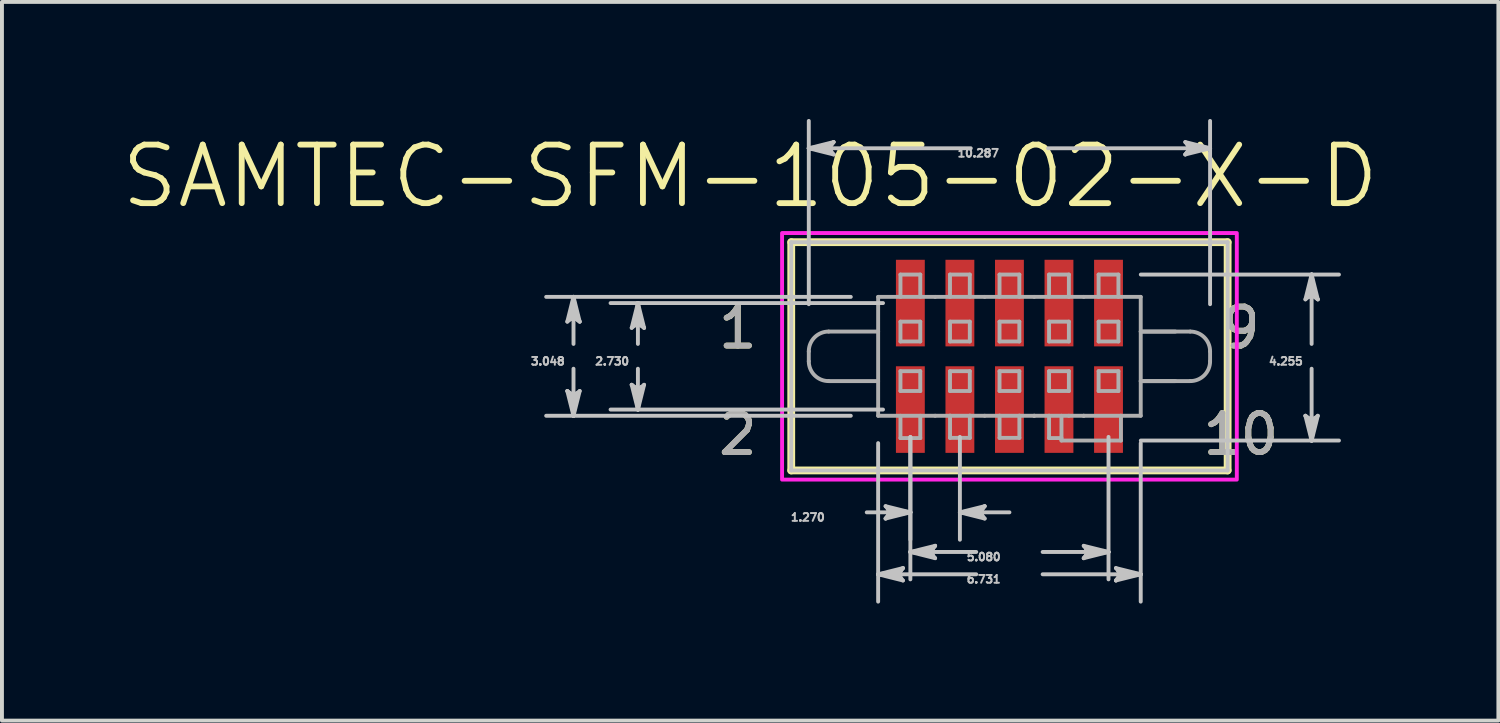
<source format=kicad_pcb>
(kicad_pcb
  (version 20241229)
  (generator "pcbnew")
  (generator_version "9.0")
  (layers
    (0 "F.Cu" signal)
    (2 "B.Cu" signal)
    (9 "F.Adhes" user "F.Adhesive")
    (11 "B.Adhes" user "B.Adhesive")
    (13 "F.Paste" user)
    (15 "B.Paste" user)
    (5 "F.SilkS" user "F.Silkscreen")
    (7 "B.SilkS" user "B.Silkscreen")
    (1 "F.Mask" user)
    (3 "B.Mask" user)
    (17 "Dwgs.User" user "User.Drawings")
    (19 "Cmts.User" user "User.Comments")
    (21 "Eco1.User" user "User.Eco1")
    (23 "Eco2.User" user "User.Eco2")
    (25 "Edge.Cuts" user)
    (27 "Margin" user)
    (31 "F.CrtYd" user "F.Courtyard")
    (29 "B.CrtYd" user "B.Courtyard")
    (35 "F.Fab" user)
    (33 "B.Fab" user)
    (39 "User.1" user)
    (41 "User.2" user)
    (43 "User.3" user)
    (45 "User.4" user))
  (footprint "SAMTEC-SFM-105-02-X-D"
    (layer "F.Cu")
    (at 22.829 6.085)
    (property "Reference" "SAMTEC-SFM-105-02-X-D" (at -6.646 -4.614 0) (layer "F.SilkS") (effects (font (size 1.5 1.5) (thickness 0.15))))
    (attr through_hole)
    (fp_poly (pts (xy -2.961 -2.526) (xy -2.119 -2.526) (xy -2.119 -0.204) (xy -2.961 -0.204)) (stroke (width 0.01) (type solid)) (fill yes) (layer "F.Mask"))
    (fp_poly (pts (xy -2.961 0.204) (xy -2.119 0.204) (xy -2.119 2.526) (xy -2.961 2.526)) (stroke (width 0.01) (type solid)) (fill yes) (layer "F.Mask"))
    (fp_poly (pts (xy -1.691 -2.526) (xy -0.849 -2.526) (xy -0.849 -0.204) (xy -1.691 -0.204)) (stroke (width 0.01) (type solid)) (fill yes) (layer "F.Mask"))
    (fp_poly (pts (xy -1.691 0.204) (xy -0.849 0.204) (xy -0.849 2.526) (xy -1.691 2.526)) (stroke (width 0.01) (type solid)) (fill yes) (layer "F.Mask"))
    (fp_poly (pts (xy -0.421 -2.526) (xy 0.421 -2.526) (xy 0.421 -0.204) (xy -0.421 -0.204)) (stroke (width 0.01) (type solid)) (fill yes) (layer "F.Mask"))
    (fp_poly (pts (xy -0.421 0.204) (xy 0.421 0.204) (xy 0.421 2.526) (xy -0.421 2.526)) (stroke (width 0.01) (type solid)) (fill yes) (layer "F.Mask"))
    (fp_poly (pts (xy 0.849 -2.526) (xy 1.691 -2.526) (xy 1.691 -0.204) (xy 0.849 -0.204)) (stroke (width 0.01) (type solid)) (fill yes) (layer "F.Mask"))
    (fp_poly (pts (xy 0.849 0.204) (xy 1.691 0.204) (xy 1.691 2.526) (xy 0.849 2.526)) (stroke (width 0.01) (type solid)) (fill yes) (layer "F.Mask"))
    (fp_poly (pts (xy 2.119 -2.526) (xy 2.961 -2.526) (xy 2.961 -0.204) (xy 2.119 -0.204)) (stroke (width 0.01) (type solid)) (fill yes) (layer "F.Mask"))
    (fp_poly (pts (xy 2.119 0.204) (xy 2.961 0.204) (xy 2.961 2.526) (xy 2.119 2.526)) (stroke (width 0.01) (type solid)) (fill yes) (layer "F.Mask"))
    (fp_line (start -5.594 -2.926) (end -5.594 2.926) (stroke (width 0.2) (type solid)) (layer "F.SilkS"))
    (fp_line (start -5.594 2.926) (end 5.594 2.926) (stroke (width 0.2) (type solid)) (layer "F.SilkS"))
    (fp_line (start 5.594 -2.926) (end -5.594 -2.926) (stroke (width 0.2) (type solid)) (layer "F.SilkS"))
    (fp_line (start 5.594 2.926) (end 5.594 -2.926) (stroke (width 0.2) (type solid)) (layer "F.SilkS"))
    (fp_poly (pts (xy -2.91 -2.475) (xy -2.17 -2.475) (xy -2.17 -0.255) (xy -2.91 -0.255)) (stroke (width 0.01) (type solid)) (fill yes) (layer "F.Paste"))
    (fp_poly (pts (xy -2.91 0.255) (xy -2.17 0.255) (xy -2.17 2.475) (xy -2.91 2.475)) (stroke (width 0.01) (type solid)) (fill yes) (layer "F.Paste"))
    (fp_poly (pts (xy -1.64 -2.475) (xy -0.9 -2.475) (xy -0.9 -0.255) (xy -1.64 -0.255)) (stroke (width 0.01) (type solid)) (fill yes) (layer "F.Paste"))
    (fp_poly (pts (xy -1.64 0.255) (xy -0.9 0.255) (xy -0.9 2.475) (xy -1.64 2.475)) (stroke (width 0.01) (type solid)) (fill yes) (layer "F.Paste"))
    (fp_poly (pts (xy -0.37 -2.475) (xy 0.37 -2.475) (xy 0.37 -0.255) (xy -0.37 -0.255)) (stroke (width 0.01) (type solid)) (fill yes) (layer "F.Paste"))
    (fp_poly (pts (xy -0.37 0.255) (xy 0.37 0.255) (xy 0.37 2.475) (xy -0.37 2.475)) (stroke (width 0.01) (type solid)) (fill yes) (layer "F.Paste"))
    (fp_poly (pts (xy 0.9 -2.475) (xy 1.64 -2.475) (xy 1.64 -0.255) (xy 0.9 -0.255)) (stroke (width 0.01) (type solid)) (fill yes) (layer "F.Paste"))
    (fp_poly (pts (xy 0.9 0.255) (xy 1.64 0.255) (xy 1.64 2.475) (xy 0.9 2.475)) (stroke (width 0.01) (type solid)) (fill yes) (layer "F.Paste"))
    (fp_poly (pts (xy 2.17 -2.475) (xy 2.91 -2.475) (xy 2.91 -0.255) (xy 2.17 -0.255)) (stroke (width 0.01) (type solid)) (fill yes) (layer "F.Paste"))
    (fp_poly (pts (xy 2.17 0.255) (xy 2.91 0.255) (xy 2.91 2.475) (xy 2.17 2.475)) (stroke (width 0.01) (type solid)) (fill yes) (layer "F.Paste"))
    (fp_line (start -11.335 -0.889) (end -11.176 -1.016) (stroke (width 0.1) (type solid)) (layer "Dwgs.User"))
    (fp_line (start -11.335 0.889) (end -11.176 1.524) (stroke (width 0.1) (type solid)) (layer "Dwgs.User"))
    (fp_line (start -11.255 -0.952) (end -11.176 -1.016) (stroke (width 0.1) (type solid)) (layer "Dwgs.User"))
    (fp_line (start -11.255 0.952) (end -11.335 0.889) (stroke (width 0.1) (type solid)) (layer "Dwgs.User"))
    (fp_line (start -11.176 -1.524) (end -11.335 -0.889) (stroke (width 0.1) (type solid)) (layer "Dwgs.User"))
    (fp_line (start -11.176 -1.524) (end -11.255 -0.952) (stroke (width 0.1) (type solid)) (layer "Dwgs.User"))
    (fp_line (start -11.176 -1.524) (end -11.097 -0.952) (stroke (width 0.1) (type solid)) (layer "Dwgs.User"))
    (fp_line (start -11.176 -1.016) (end -11.176 -1.524) (stroke (width 0.1) (type solid)) (layer "Dwgs.User"))
    (fp_line (start -11.176 -1.016) (end -11.017 -0.889) (stroke (width 0.1) (type solid)) (layer "Dwgs.User"))
    (fp_line (start -11.176 -0.318) (end -11.176 -1.524) (stroke (width 0.1) (type solid)) (layer "Dwgs.User"))
    (fp_line (start -11.176 0.318) (end -11.176 1.524) (stroke (width 0.1) (type solid)) (layer "Dwgs.User"))
    (fp_line (start -11.176 1.016) (end -11.335 0.889) (stroke (width 0.1) (type solid)) (layer "Dwgs.User"))
    (fp_line (start -11.176 1.016) (end -11.176 1.524) (stroke (width 0.1) (type solid)) (layer "Dwgs.User"))
    (fp_line (start -11.176 1.524) (end -11.255 0.952) (stroke (width 0.1) (type solid)) (layer "Dwgs.User"))
    (fp_line (start -11.176 1.524) (end -11.097 0.952) (stroke (width 0.1) (type solid)) (layer "Dwgs.User"))
    (fp_line (start -11.176 1.524) (end -11.017 0.889) (stroke (width 0.1) (type solid)) (layer "Dwgs.User"))
    (fp_line (start -11.097 -0.952) (end -11.017 -0.889) (stroke (width 0.1) (type solid)) (layer "Dwgs.User"))
    (fp_line (start -11.097 0.952) (end -11.176 1.016) (stroke (width 0.1) (type solid)) (layer "Dwgs.User"))
    (fp_line (start -11.017 -0.889) (end -11.176 -1.524) (stroke (width 0.1) (type solid)) (layer "Dwgs.User"))
    (fp_line (start -11.017 0.889) (end -11.176 1.016) (stroke (width 0.1) (type solid)) (layer "Dwgs.User"))
    (fp_line (start -9.684 -0.73) (end -9.525 -0.857) (stroke (width 0.1) (type solid)) (layer "Dwgs.User"))
    (fp_line (start -9.684 0.73) (end -9.525 1.365) (stroke (width 0.1) (type solid)) (layer "Dwgs.User"))
    (fp_line (start -9.604 -0.794) (end -9.525 -0.857) (stroke (width 0.1) (type solid)) (layer "Dwgs.User"))
    (fp_line (start -9.604 0.794) (end -9.684 0.73) (stroke (width 0.1) (type solid)) (layer "Dwgs.User"))
    (fp_line (start -9.525 -1.365) (end -9.684 -0.73) (stroke (width 0.1) (type solid)) (layer "Dwgs.User"))
    (fp_line (start -9.525 -1.365) (end -9.604 -0.794) (stroke (width 0.1) (type solid)) (layer "Dwgs.User"))
    (fp_line (start -9.525 -1.365) (end -9.446 -0.794) (stroke (width 0.1) (type solid)) (layer "Dwgs.User"))
    (fp_line (start -9.525 -0.857) (end -9.525 -1.365) (stroke (width 0.1) (type solid)) (layer "Dwgs.User"))
    (fp_line (start -9.525 -0.857) (end -9.366 -0.73) (stroke (width 0.1) (type solid)) (layer "Dwgs.User"))
    (fp_line (start -9.525 -0.318) (end -9.525 -1.365) (stroke (width 0.1) (type solid)) (layer "Dwgs.User"))
    (fp_line (start -9.525 0.318) (end -9.525 1.365) (stroke (width 0.1) (type solid)) (layer "Dwgs.User"))
    (fp_line (start -9.525 0.857) (end -9.684 0.73) (stroke (width 0.1) (type solid)) (layer "Dwgs.User"))
    (fp_line (start -9.525 0.857) (end -9.525 1.365) (stroke (width 0.1) (type solid)) (layer "Dwgs.User"))
    (fp_line (start -9.525 1.365) (end -9.604 0.794) (stroke (width 0.1) (type solid)) (layer "Dwgs.User"))
    (fp_line (start -9.525 1.365) (end -9.446 0.794) (stroke (width 0.1) (type solid)) (layer "Dwgs.User"))
    (fp_line (start -9.525 1.365) (end -9.366 0.73) (stroke (width 0.1) (type solid)) (layer "Dwgs.User"))
    (fp_line (start -9.446 -0.794) (end -9.366 -0.73) (stroke (width 0.1) (type solid)) (layer "Dwgs.User"))
    (fp_line (start -9.446 0.794) (end -9.525 0.857) (stroke (width 0.1) (type solid)) (layer "Dwgs.User"))
    (fp_line (start -9.366 -0.73) (end -9.525 -1.365) (stroke (width 0.1) (type solid)) (layer "Dwgs.User"))
    (fp_line (start -9.366 0.73) (end -9.525 0.857) (stroke (width 0.1) (type solid)) (layer "Dwgs.User"))
    (fp_line (start -5.594 -2.926) (end -5.594 2.926) (stroke (width 0.1) (type solid)) (layer "Dwgs.User"))
    (fp_line (start -5.594 2.926) (end 5.594 2.926) (stroke (width 0.1) (type solid)) (layer "Dwgs.User"))
    (fp_line (start -5.144 -5.334) (end -4.572 -5.413) (stroke (width 0.1) (type solid)) (layer "Dwgs.User"))
    (fp_line (start -5.144 -5.334) (end -4.572 -5.255) (stroke (width 0.1) (type solid)) (layer "Dwgs.User"))
    (fp_line (start -5.144 -5.334) (end -4.508 -5.175) (stroke (width 0.1) (type solid)) (layer "Dwgs.User"))
    (fp_line (start -5.144 -1.336) (end -5.144 -6.035) (stroke (width 0.1) (type solid)) (layer "Dwgs.User"))
    (fp_line (start -4.636 -5.334) (end -5.144 -5.334) (stroke (width 0.1) (type solid)) (layer "Dwgs.User"))
    (fp_line (start -4.636 -5.334) (end -4.508 -5.493) (stroke (width 0.1) (type solid)) (layer "Dwgs.User"))
    (fp_line (start -4.572 -5.413) (end -4.508 -5.493) (stroke (width 0.1) (type solid)) (layer "Dwgs.User"))
    (fp_line (start -4.572 -5.255) (end -4.636 -5.334) (stroke (width 0.1) (type solid)) (layer "Dwgs.User"))
    (fp_line (start -4.508 -5.493) (end -5.144 -5.334) (stroke (width 0.1) (type solid)) (layer "Dwgs.User"))
    (fp_line (start -4.508 -5.175) (end -4.636 -5.334) (stroke (width 0.1) (type solid)) (layer "Dwgs.User"))
    (fp_line (start -4.067 -1.524) (end -11.877 -1.524) (stroke (width 0.1) (type solid)) (layer "Dwgs.User"))
    (fp_line (start -4.067 1.524) (end -11.877 1.524) (stroke (width 0.1) (type solid)) (layer "Dwgs.User"))
    (fp_line (start -3.658 4) (end -2.54 4) (stroke (width 0.1) (type solid)) (layer "Dwgs.User"))
    (fp_line (start -3.366 2.225) (end -3.366 6.289) (stroke (width 0.1) (type solid)) (layer "Dwgs.User"))
    (fp_line (start -3.366 5.588) (end -2.794 5.509) (stroke (width 0.1) (type solid)) (layer "Dwgs.User"))
    (fp_line (start -3.366 5.588) (end -2.794 5.667) (stroke (width 0.1) (type solid)) (layer "Dwgs.User"))
    (fp_line (start -3.366 5.588) (end -2.73 5.747) (stroke (width 0.1) (type solid)) (layer "Dwgs.User"))
    (fp_line (start -3.241 -1.365) (end -10.226 -1.365) (stroke (width 0.1) (type solid)) (layer "Dwgs.User"))
    (fp_line (start -3.241 1.365) (end -10.226 1.365) (stroke (width 0.1) (type solid)) (layer "Dwgs.User"))
    (fp_line (start -3.175 3.842) (end -3.048 4) (stroke (width 0.1) (type solid)) (layer "Dwgs.User"))
    (fp_line (start -3.175 4.159) (end -2.54 4) (stroke (width 0.1) (type solid)) (layer "Dwgs.User"))
    (fp_line (start -3.112 3.921) (end -3.048 4) (stroke (width 0.1) (type solid)) (layer "Dwgs.User"))
    (fp_line (start -3.112 4.08) (end -3.175 4.159) (stroke (width 0.1) (type solid)) (layer "Dwgs.User"))
    (fp_line (start -3.048 4) (end -3.175 4.159) (stroke (width 0.1) (type solid)) (layer "Dwgs.User"))
    (fp_line (start -3.048 4) (end -2.54 4) (stroke (width 0.1) (type solid)) (layer "Dwgs.User"))
    (fp_line (start -2.858 5.588) (end -3.366 5.588) (stroke (width 0.1) (type solid)) (layer "Dwgs.User"))
    (fp_line (start -2.858 5.588) (end -2.73 5.429) (stroke (width 0.1) (type solid)) (layer "Dwgs.User"))
    (fp_line (start -2.794 5.509) (end -2.73 5.429) (stroke (width 0.1) (type solid)) (layer "Dwgs.User"))
    (fp_line (start -2.794 5.667) (end -2.858 5.588) (stroke (width 0.1) (type solid)) (layer "Dwgs.User"))
    (fp_line (start -2.73 5.429) (end -3.366 5.588) (stroke (width 0.1) (type solid)) (layer "Dwgs.User"))
    (fp_line (start -2.73 5.747) (end -2.858 5.588) (stroke (width 0.1) (type solid)) (layer "Dwgs.User"))
    (fp_line (start -2.54 2.066) (end -2.54 4.702) (stroke (width 0.1) (type solid)) (layer "Dwgs.User"))
    (fp_line (start -2.54 2.066) (end -2.54 5.718) (stroke (width 0.1) (type solid)) (layer "Dwgs.User"))
    (fp_line (start -2.54 4) (end -3.175 3.842) (stroke (width 0.1) (type solid)) (layer "Dwgs.User"))
    (fp_line (start -2.54 4) (end -3.112 3.921) (stroke (width 0.1) (type solid)) (layer "Dwgs.User"))
    (fp_line (start -2.54 4) (end -3.112 4.08) (stroke (width 0.1) (type solid)) (layer "Dwgs.User"))
    (fp_line (start -2.54 5.016) (end -1.968 4.937) (stroke (width 0.1) (type solid)) (layer "Dwgs.User"))
    (fp_line (start -2.54 5.016) (end -1.968 5.096) (stroke (width 0.1) (type solid)) (layer "Dwgs.User"))
    (fp_line (start -2.54 5.016) (end -1.905 5.175) (stroke (width 0.1) (type solid)) (layer "Dwgs.User"))
    (fp_line (start -2.032 5.016) (end -2.54 5.016) (stroke (width 0.1) (type solid)) (layer "Dwgs.User"))
    (fp_line (start -2.032 5.016) (end -1.905 4.858) (stroke (width 0.1) (type solid)) (layer "Dwgs.User"))
    (fp_line (start -1.968 4.937) (end -1.905 4.858) (stroke (width 0.1) (type solid)) (layer "Dwgs.User"))
    (fp_line (start -1.968 5.096) (end -2.032 5.016) (stroke (width 0.1) (type solid)) (layer "Dwgs.User"))
    (fp_line (start -1.905 4.858) (end -2.54 5.016) (stroke (width 0.1) (type solid)) (layer "Dwgs.User"))
    (fp_line (start -1.905 5.175) (end -2.032 5.016) (stroke (width 0.1) (type solid)) (layer "Dwgs.User"))
    (fp_line (start -1.27 2.066) (end -1.27 4.702) (stroke (width 0.1) (type solid)) (layer "Dwgs.User"))
    (fp_line (start -1.27 4) (end -0.698 3.921) (stroke (width 0.1) (type solid)) (layer "Dwgs.User"))
    (fp_line (start -1.27 4) (end -0.698 4.08) (stroke (width 0.1) (type solid)) (layer "Dwgs.User"))
    (fp_line (start -1.27 4) (end -0.635 4.159) (stroke (width 0.1) (type solid)) (layer "Dwgs.User"))
    (fp_line (start -0.991 -5.334) (end -5.144 -5.334) (stroke (width 0.1) (type solid)) (layer "Dwgs.User"))
    (fp_line (start -0.851 5.016) (end -2.54 5.016) (stroke (width 0.1) (type solid)) (layer "Dwgs.User"))
    (fp_line (start -0.851 5.588) (end -3.366 5.588) (stroke (width 0.1) (type solid)) (layer "Dwgs.User"))
    (fp_line (start -0.762 4) (end -1.27 4) (stroke (width 0.1) (type solid)) (layer "Dwgs.User"))
    (fp_line (start -0.762 4) (end -0.635 3.842) (stroke (width 0.1) (type solid)) (layer "Dwgs.User"))
    (fp_line (start -0.698 3.921) (end -0.635 3.842) (stroke (width 0.1) (type solid)) (layer "Dwgs.User"))
    (fp_line (start -0.698 4.08) (end -0.762 4) (stroke (width 0.1) (type solid)) (layer "Dwgs.User"))
    (fp_line (start -0.635 3.842) (end -1.27 4) (stroke (width 0.1) (type solid)) (layer "Dwgs.User"))
    (fp_line (start -0.635 4.159) (end -0.762 4) (stroke (width 0.1) (type solid)) (layer "Dwgs.User"))
    (fp_line (start 0 4) (end -1.27 4) (stroke (width 0.1) (type solid)) (layer "Dwgs.User"))
    (fp_line (start 0.851 5.016) (end 2.54 5.016) (stroke (width 0.1) (type solid)) (layer "Dwgs.User"))
    (fp_line (start 0.851 5.588) (end 3.366 5.588) (stroke (width 0.1) (type solid)) (layer "Dwgs.User"))
    (fp_line (start 0.991 -5.334) (end 5.144 -5.334) (stroke (width 0.1) (type solid)) (layer "Dwgs.User"))
    (fp_line (start 1.905 4.858) (end 2.032 5.016) (stroke (width 0.1) (type solid)) (layer "Dwgs.User"))
    (fp_line (start 1.905 5.175) (end 2.54 5.016) (stroke (width 0.1) (type solid)) (layer "Dwgs.User"))
    (fp_line (start 1.968 4.937) (end 2.032 5.016) (stroke (width 0.1) (type solid)) (layer "Dwgs.User"))
    (fp_line (start 1.968 5.096) (end 1.905 5.175) (stroke (width 0.1) (type solid)) (layer "Dwgs.User"))
    (fp_line (start 2.032 5.016) (end 1.905 5.175) (stroke (width 0.1) (type solid)) (layer "Dwgs.User"))
    (fp_line (start 2.032 5.016) (end 2.54 5.016) (stroke (width 0.1) (type solid)) (layer "Dwgs.User"))
    (fp_line (start 2.54 2.066) (end 2.54 5.718) (stroke (width 0.1) (type solid)) (layer "Dwgs.User"))
    (fp_line (start 2.54 5.016) (end 1.905 4.858) (stroke (width 0.1) (type solid)) (layer "Dwgs.User"))
    (fp_line (start 2.54 5.016) (end 1.968 4.937) (stroke (width 0.1) (type solid)) (layer "Dwgs.User"))
    (fp_line (start 2.54 5.016) (end 1.968 5.096) (stroke (width 0.1) (type solid)) (layer "Dwgs.User"))
    (fp_line (start 2.73 5.429) (end 2.858 5.588) (stroke (width 0.1) (type solid)) (layer "Dwgs.User"))
    (fp_line (start 2.73 5.747) (end 3.366 5.588) (stroke (width 0.1) (type solid)) (layer "Dwgs.User"))
    (fp_line (start 2.794 5.509) (end 2.858 5.588) (stroke (width 0.1) (type solid)) (layer "Dwgs.User"))
    (fp_line (start 2.794 5.667) (end 2.73 5.747) (stroke (width 0.1) (type solid)) (layer "Dwgs.User"))
    (fp_line (start 2.858 5.588) (end 2.73 5.747) (stroke (width 0.1) (type solid)) (layer "Dwgs.User"))
    (fp_line (start 2.858 5.588) (end 3.366 5.588) (stroke (width 0.1) (type solid)) (layer "Dwgs.User"))
    (fp_line (start 3.366 2.225) (end 3.366 6.289) (stroke (width 0.1) (type solid)) (layer "Dwgs.User"))
    (fp_line (start 3.366 5.588) (end 2.73 5.429) (stroke (width 0.1) (type solid)) (layer "Dwgs.User"))
    (fp_line (start 3.366 5.588) (end 2.794 5.509) (stroke (width 0.1) (type solid)) (layer "Dwgs.User"))
    (fp_line (start 3.366 5.588) (end 2.794 5.667) (stroke (width 0.1) (type solid)) (layer "Dwgs.User"))
    (fp_line (start 3.368 -2.096) (end 8.448 -2.096) (stroke (width 0.1) (type solid)) (layer "Dwgs.User"))
    (fp_line (start 3.368 2.159) (end 8.448 2.159) (stroke (width 0.1) (type solid)) (layer "Dwgs.User"))
    (fp_line (start 4.508 -5.493) (end 4.636 -5.334) (stroke (width 0.1) (type solid)) (layer "Dwgs.User"))
    (fp_line (start 4.508 -5.175) (end 5.144 -5.334) (stroke (width 0.1) (type solid)) (layer "Dwgs.User"))
    (fp_line (start 4.572 -5.413) (end 4.636 -5.334) (stroke (width 0.1) (type solid)) (layer "Dwgs.User"))
    (fp_line (start 4.572 -5.255) (end 4.508 -5.175) (stroke (width 0.1) (type solid)) (layer "Dwgs.User"))
    (fp_line (start 4.636 -5.334) (end 4.508 -5.175) (stroke (width 0.1) (type solid)) (layer "Dwgs.User"))
    (fp_line (start 4.636 -5.334) (end 5.144 -5.334) (stroke (width 0.1) (type solid)) (layer "Dwgs.User"))
    (fp_line (start 5.144 -5.334) (end 4.508 -5.493) (stroke (width 0.1) (type solid)) (layer "Dwgs.User"))
    (fp_line (start 5.144 -5.334) (end 4.572 -5.413) (stroke (width 0.1) (type solid)) (layer "Dwgs.User"))
    (fp_line (start 5.144 -5.334) (end 4.572 -5.255) (stroke (width 0.1) (type solid)) (layer "Dwgs.User"))
    (fp_line (start 5.144 -1.336) (end 5.144 -6.035) (stroke (width 0.1) (type solid)) (layer "Dwgs.User"))
    (fp_line (start 5.594 -2.926) (end -5.594 -2.926) (stroke (width 0.1) (type solid)) (layer "Dwgs.User"))
    (fp_line (start 5.594 2.926) (end 5.594 -2.926) (stroke (width 0.1) (type solid)) (layer "Dwgs.User"))
    (fp_line (start 7.588 -1.46) (end 7.747 -1.588) (stroke (width 0.1) (type solid)) (layer "Dwgs.User"))
    (fp_line (start 7.588 1.524) (end 7.747 2.159) (stroke (width 0.1) (type solid)) (layer "Dwgs.User"))
    (fp_line (start 7.668 -1.524) (end 7.747 -1.588) (stroke (width 0.1) (type solid)) (layer "Dwgs.User"))
    (fp_line (start 7.668 1.588) (end 7.588 1.524) (stroke (width 0.1) (type solid)) (layer "Dwgs.User"))
    (fp_line (start 7.747 -2.096) (end 7.588 -1.46) (stroke (width 0.1) (type solid)) (layer "Dwgs.User"))
    (fp_line (start 7.747 -2.096) (end 7.668 -1.524) (stroke (width 0.1) (type solid)) (layer "Dwgs.User"))
    (fp_line (start 7.747 -2.096) (end 7.826 -1.524) (stroke (width 0.1) (type solid)) (layer "Dwgs.User"))
    (fp_line (start 7.747 -1.588) (end 7.747 -2.096) (stroke (width 0.1) (type solid)) (layer "Dwgs.User"))
    (fp_line (start 7.747 -1.588) (end 7.906 -1.46) (stroke (width 0.1) (type solid)) (layer "Dwgs.User"))
    (fp_line (start 7.747 -0.318) (end 7.747 -2.096) (stroke (width 0.1) (type solid)) (layer "Dwgs.User"))
    (fp_line (start 7.747 0.318) (end 7.747 2.159) (stroke (width 0.1) (type solid)) (layer "Dwgs.User"))
    (fp_line (start 7.747 1.651) (end 7.588 1.524) (stroke (width 0.1) (type solid)) (layer "Dwgs.User"))
    (fp_line (start 7.747 1.651) (end 7.747 2.159) (stroke (width 0.1) (type solid)) (layer "Dwgs.User"))
    (fp_line (start 7.747 2.159) (end 7.668 1.588) (stroke (width 0.1) (type solid)) (layer "Dwgs.User"))
    (fp_line (start 7.747 2.159) (end 7.826 1.588) (stroke (width 0.1) (type solid)) (layer "Dwgs.User"))
    (fp_line (start 7.747 2.159) (end 7.906 1.524) (stroke (width 0.1) (type solid)) (layer "Dwgs.User"))
    (fp_line (start 7.826 -1.524) (end 7.906 -1.46) (stroke (width 0.1) (type solid)) (layer "Dwgs.User"))
    (fp_line (start 7.826 1.588) (end 7.747 1.651) (stroke (width 0.1) (type solid)) (layer "Dwgs.User"))
    (fp_line (start 7.906 -1.46) (end 7.747 -2.096) (stroke (width 0.1) (type solid)) (layer "Dwgs.User"))
    (fp_line (start 7.906 1.524) (end 7.747 1.651) (stroke (width 0.1) (type solid)) (layer "Dwgs.User"))
    (fp_poly (pts (xy -5.829 3.161) (xy -5.829 -3.161) (xy 5.829 -3.161) (xy 5.829 3.161) (xy -5.829 3.161)) (stroke (width 0.1) (type solid)) (fill no) (layer "F.CrtYd"))
    (fp_line (start -5.144 0.127) (end -5.144 -0.127) (stroke (width 0.1) (type solid)) (layer "F.Fab"))
    (fp_line (start -4.636 0.635) (end -3.366 0.635) (stroke (width 0.1) (type solid)) (layer "F.Fab"))
    (fp_line (start -3.366 -1.524) (end -1.905 -1.524) (stroke (width 0.1) (type solid)) (layer "F.Fab"))
    (fp_line (start -3.366 -0.635) (end -4.636 -0.635) (stroke (width 0.1) (type solid)) (layer "F.Fab"))
    (fp_line (start -3.366 1.524) (end -3.366 -1.524) (stroke (width 0.1) (type solid)) (layer "F.Fab"))
    (fp_line (start -2.794 -2.096) (end -2.794 -1.524) (stroke (width 0.1) (type solid)) (layer "F.Fab"))
    (fp_line (start -2.794 -0.889) (end -2.794 -0.381) (stroke (width 0.1) (type solid)) (layer "F.Fab"))
    (fp_line (start -2.794 -0.381) (end -2.286 -0.381) (stroke (width 0.1) (type solid)) (layer "F.Fab"))
    (fp_line (start -2.794 0.381) (end -2.794 0.889) (stroke (width 0.1) (type solid)) (layer "F.Fab"))
    (fp_line (start -2.794 0.889) (end -2.286 0.889) (stroke (width 0.1) (type solid)) (layer "F.Fab"))
    (fp_line (start -2.794 1.524) (end -2.794 2.096) (stroke (width 0.1) (type solid)) (layer "F.Fab"))
    (fp_line (start -2.794 2.096) (end -2.286 2.096) (stroke (width 0.1) (type solid)) (layer "F.Fab"))
    (fp_line (start -2.286 -2.096) (end -2.794 -2.096) (stroke (width 0.1) (type solid)) (layer "F.Fab"))
    (fp_line (start -2.286 -1.524) (end -2.286 -2.096) (stroke (width 0.1) (type solid)) (layer "F.Fab"))
    (fp_line (start -2.286 -0.889) (end -2.794 -0.889) (stroke (width 0.1) (type solid)) (layer "F.Fab"))
    (fp_line (start -2.286 -0.381) (end -2.286 -0.889) (stroke (width 0.1) (type solid)) (layer "F.Fab"))
    (fp_line (start -2.286 0.381) (end -2.794 0.381) (stroke (width 0.1) (type solid)) (layer "F.Fab"))
    (fp_line (start -2.286 0.889) (end -2.286 0.381) (stroke (width 0.1) (type solid)) (layer "F.Fab"))
    (fp_line (start -2.286 2.096) (end -2.286 1.524) (stroke (width 0.1) (type solid)) (layer "F.Fab"))
    (fp_line (start -1.905 -1.524) (end -0.635 -1.524) (stroke (width 0.1) (type solid)) (layer "F.Fab"))
    (fp_line (start -1.905 1.524) (end -3.366 1.524) (stroke (width 0.1) (type solid)) (layer "F.Fab"))
    (fp_line (start -1.524 -2.096) (end -1.524 -1.524) (stroke (width 0.1) (type solid)) (layer "F.Fab"))
    (fp_line (start -1.524 -0.889) (end -1.524 -0.381) (stroke (width 0.1) (type solid)) (layer "F.Fab"))
    (fp_line (start -1.524 -0.381) (end -1.016 -0.381) (stroke (width 0.1) (type solid)) (layer "F.Fab"))
    (fp_line (start -1.524 0.381) (end -1.524 0.889) (stroke (width 0.1) (type solid)) (layer "F.Fab"))
    (fp_line (start -1.524 0.889) (end -1.016 0.889) (stroke (width 0.1) (type solid)) (layer "F.Fab"))
    (fp_line (start -1.523 2.091) (end -1.523 1.519) (stroke (width 0.1) (type solid)) (layer "F.Fab"))
    (fp_line (start -1.016 -2.096) (end -1.524 -2.096) (stroke (width 0.1) (type solid)) (layer "F.Fab"))
    (fp_line (start -1.016 -1.524) (end -1.016 -2.096) (stroke (width 0.1) (type solid)) (layer "F.Fab"))
    (fp_line (start -1.016 -0.889) (end -1.524 -0.889) (stroke (width 0.1) (type solid)) (layer "F.Fab"))
    (fp_line (start -1.016 -0.381) (end -1.016 -0.889) (stroke (width 0.1) (type solid)) (layer "F.Fab"))
    (fp_line (start -1.016 0.381) (end -1.524 0.381) (stroke (width 0.1) (type solid)) (layer "F.Fab"))
    (fp_line (start -1.016 0.889) (end -1.016 0.381) (stroke (width 0.1) (type solid)) (layer "F.Fab"))
    (fp_line (start -1.015 1.519) (end -1.015 2.091) (stroke (width 0.1) (type solid)) (layer "F.Fab"))
    (fp_line (start -1.015 2.091) (end -1.523 2.091) (stroke (width 0.1) (type solid)) (layer "F.Fab"))
    (fp_line (start -0.635 -1.524) (end 0.635 -1.524) (stroke (width 0.1) (type solid)) (layer "F.Fab"))
    (fp_line (start -0.635 1.524) (end -1.905 1.524) (stroke (width 0.1) (type solid)) (layer "F.Fab"))
    (fp_line (start -0.254 -2.096) (end -0.254 -1.524) (stroke (width 0.1) (type solid)) (layer "F.Fab"))
    (fp_line (start -0.254 -0.889) (end -0.254 -0.381) (stroke (width 0.1) (type solid)) (layer "F.Fab"))
    (fp_line (start -0.254 -0.381) (end 0.254 -0.381) (stroke (width 0.1) (type solid)) (layer "F.Fab"))
    (fp_line (start -0.254 0.381) (end -0.254 0.889) (stroke (width 0.1) (type solid)) (layer "F.Fab"))
    (fp_line (start -0.254 0.889) (end 0.254 0.889) (stroke (width 0.1) (type solid)) (layer "F.Fab"))
    (fp_line (start -0.253 2.091) (end -0.253 1.519) (stroke (width 0.1) (type solid)) (layer "F.Fab"))
    (fp_line (start 0.254 -2.096) (end -0.254 -2.096) (stroke (width 0.1) (type solid)) (layer "F.Fab"))
    (fp_line (start 0.254 -1.524) (end 0.254 -2.096) (stroke (width 0.1) (type solid)) (layer "F.Fab"))
    (fp_line (start 0.254 -0.889) (end -0.254 -0.889) (stroke (width 0.1) (type solid)) (layer "F.Fab"))
    (fp_line (start 0.254 -0.381) (end 0.254 -0.889) (stroke (width 0.1) (type solid)) (layer "F.Fab"))
    (fp_line (start 0.254 0.381) (end -0.254 0.381) (stroke (width 0.1) (type solid)) (layer "F.Fab"))
    (fp_line (start 0.254 0.889) (end 0.254 0.381) (stroke (width 0.1) (type solid)) (layer "F.Fab"))
    (fp_line (start 0.255 1.519) (end 0.255 2.091) (stroke (width 0.1) (type solid)) (layer "F.Fab"))
    (fp_line (start 0.255 2.091) (end -0.253 2.091) (stroke (width 0.1) (type solid)) (layer "F.Fab"))
    (fp_line (start 0.635 1.524) (end -0.635 1.524) (stroke (width 0.1) (type solid)) (layer "F.Fab"))
    (fp_line (start 0.635 1.524) (end 0.635 1.526) (stroke (width 0.1) (type solid)) (layer "F.Fab"))
    (fp_line (start 1.016 -2.096) (end 1.016 -1.524) (stroke (width 0.1) (type solid)) (layer "F.Fab"))
    (fp_line (start 1.016 -0.889) (end 1.524 -0.889) (stroke (width 0.1) (type solid)) (layer "F.Fab"))
    (fp_line (start 1.016 -0.381) (end 1.016 -0.889) (stroke (width 0.1) (type solid)) (layer "F.Fab"))
    (fp_line (start 1.016 0.381) (end 1.524 0.381) (stroke (width 0.1) (type solid)) (layer "F.Fab"))
    (fp_line (start 1.016 0.889) (end 1.016 0.381) (stroke (width 0.1) (type solid)) (layer "F.Fab"))
    (fp_line (start 1.016 1.524) (end 0.635 1.524) (stroke (width 0.1) (type solid)) (layer "F.Fab"))
    (fp_line (start 1.016 2.096) (end 1.016 1.524) (stroke (width 0.1) (type solid)) (layer "F.Fab"))
    (fp_line (start 1.334 1.524) (end 1.334 2.159) (stroke (width 0.1) (type solid)) (layer "F.Fab"))
    (fp_line (start 1.334 2.096) (end 1.016 2.096) (stroke (width 0.1) (type solid)) (layer "F.Fab"))
    (fp_line (start 1.334 2.159) (end 2.858 2.159) (stroke (width 0.1) (type solid)) (layer "F.Fab"))
    (fp_line (start 1.524 -2.096) (end 1.016 -2.096) (stroke (width 0.1) (type solid)) (layer "F.Fab"))
    (fp_line (start 1.524 -1.524) (end 1.524 -2.096) (stroke (width 0.1) (type solid)) (layer "F.Fab"))
    (fp_line (start 1.524 -0.889) (end 1.524 -0.381) (stroke (width 0.1) (type solid)) (layer "F.Fab"))
    (fp_line (start 1.524 -0.381) (end 1.016 -0.381) (stroke (width 0.1) (type solid)) (layer "F.Fab"))
    (fp_line (start 1.524 0.381) (end 1.524 0.889) (stroke (width 0.1) (type solid)) (layer "F.Fab"))
    (fp_line (start 1.524 0.889) (end 1.016 0.889) (stroke (width 0.1) (type solid)) (layer "F.Fab"))
    (fp_line (start 1.524 1.524) (end 1.016 1.524) (stroke (width 0.1) (type solid)) (layer "F.Fab"))
    (fp_line (start 1.905 -1.524) (end 0.635 -1.524) (stroke (width 0.1) (type solid)) (layer "F.Fab"))
    (fp_line (start 1.905 1.524) (end 1.524 1.524) (stroke (width 0.1) (type solid)) (layer "F.Fab"))
    (fp_line (start 1.905 1.524) (end 2.858 1.524) (stroke (width 0.1) (type solid)) (layer "F.Fab"))
    (fp_line (start 1.905 1.526) (end 1.905 1.524) (stroke (width 0.1) (type solid)) (layer "F.Fab"))
    (fp_line (start 2.286 -2.096) (end 2.286 -1.524) (stroke (width 0.1) (type solid)) (layer "F.Fab"))
    (fp_line (start 2.286 -0.889) (end 2.286 -0.381) (stroke (width 0.1) (type solid)) (layer "F.Fab"))
    (fp_line (start 2.286 -0.381) (end 2.794 -0.381) (stroke (width 0.1) (type solid)) (layer "F.Fab"))
    (fp_line (start 2.286 0.381) (end 2.286 0.889) (stroke (width 0.1) (type solid)) (layer "F.Fab"))
    (fp_line (start 2.286 0.889) (end 2.794 0.889) (stroke (width 0.1) (type solid)) (layer "F.Fab"))
    (fp_line (start 2.794 -2.096) (end 2.286 -2.096) (stroke (width 0.1) (type solid)) (layer "F.Fab"))
    (fp_line (start 2.794 -1.524) (end 2.794 -2.096) (stroke (width 0.1) (type solid)) (layer "F.Fab"))
    (fp_line (start 2.794 -0.889) (end 2.286 -0.889) (stroke (width 0.1) (type solid)) (layer "F.Fab"))
    (fp_line (start 2.794 -0.381) (end 2.794 -0.889) (stroke (width 0.1) (type solid)) (layer "F.Fab"))
    (fp_line (start 2.794 0.381) (end 2.286 0.381) (stroke (width 0.1) (type solid)) (layer "F.Fab"))
    (fp_line (start 2.794 0.889) (end 2.794 0.381) (stroke (width 0.1) (type solid)) (layer "F.Fab"))
    (fp_line (start 2.858 1.524) (end 3.366 1.524) (stroke (width 0.1) (type solid)) (layer "F.Fab"))
    (fp_line (start 2.858 2.159) (end 2.858 1.524) (stroke (width 0.1) (type solid)) (layer "F.Fab"))
    (fp_line (start 3.366 -1.524) (end 1.905 -1.524) (stroke (width 0.1) (type solid)) (layer "F.Fab"))
    (fp_line (start 3.366 -0.635) (end 4.254 -0.635) (stroke (width 0.1) (type solid)) (layer "F.Fab"))
    (fp_line (start 3.366 0.635) (end 4.636 0.635) (stroke (width 0.1) (type solid)) (layer "F.Fab"))
    (fp_line (start 3.366 1.524) (end 3.366 -1.524) (stroke (width 0.1) (type solid)) (layer "F.Fab"))
    (fp_line (start 4.254 0.635) (end 3.366 0.635) (stroke (width 0.1) (type solid)) (layer "F.Fab"))
    (fp_line (start 4.636 -0.635) (end 3.366 -0.635) (stroke (width 0.1) (type solid)) (layer "F.Fab"))
    (fp_line (start 5.144 0.127) (end 5.144 -0.127) (stroke (width 0.1) (type solid)) (layer "F.Fab"))
    (fp_arc (start -5.144 -0.127) (mid -4.99521 -0.48621) (end -4.636 -0.635) (stroke (width 0.1) (type solid)) (layer "F.Fab"))
    (fp_arc (start -4.636 0.635) (mid -4.99521 0.48621) (end -5.144 0.127) (stroke (width 0.1) (type solid)) (layer "F.Fab"))
    (fp_arc (start 4.636 -0.635) (mid 4.99521 -0.48621) (end 5.144 -0.127) (stroke (width 0.1) (type solid)) (layer "F.Fab"))
    (fp_arc (start 5.144 0.127) (mid 4.99521 0.48621) (end 4.636 0.635) (stroke (width 0.1) (type solid)) (layer "F.Fab"))
    (fp_text user "2" (at -6.964 2 0) (layer "F.SilkS") (effects (font (size 1 1) (thickness 0.15))))
    (fp_text user "9" (at 5.934 -0.73 0) (layer "F.SilkS") (effects (font (size 1 1) (thickness 0.15))))
    (fp_text user "10" (at 5.934 2 0) (layer "F.SilkS") (effects (font (size 1 1) (thickness 0.15))))
    (fp_text user "1" (at -6.964 -0.73 0) (layer "F.SilkS") (effects (font (size 1 1) (thickness 0.15))))
    (fp_text user "5.080" (at -0.66 5.144 0) (layer "Dwgs.User") (effects (font (size 0.2 0.2) (thickness 0.15))))
    (fp_text user "2.730" (at -10.185 0.127 0) (layer "Dwgs.User") (effects (font (size 0.2 0.2) (thickness 0.15))))
    (fp_text user "1.270" (at -5.169 4.128 0) (layer "Dwgs.User") (effects (font (size 0.2 0.2) (thickness 0.15))))
    (fp_text user "10.287" (at -0.8 -5.207 0) (layer "Dwgs.User") (effects (font (size 0.2 0.2) (thickness 0.15))))
    (fp_text user "6.731" (at -0.66 5.715 0) (layer "Dwgs.User") (effects (font (size 0.2 0.2) (thickness 0.15))))
    (fp_text user "3.048" (at -11.836 0.127 0) (layer "Dwgs.User") (effects (font (size 0.2 0.2) (thickness 0.15))))
    (fp_text user "4.255" (at 7.087 0.127 0) (layer "Dwgs.User") (effects (font (size 0.2 0.2) (thickness 0.15))))
    (fp_text user "2" (at -6.964 2 0) (layer "F.Fab") (effects (font (size 1 1) (thickness 0.15))))
    (fp_text user "1" (at -6.964 -0.73 0) (layer "F.Fab") (effects (font (size 1 1) (thickness 0.15))))
    (fp_text user "9" (at 5.934 -0.73 0) (layer "F.Fab") (effects (font (size 1 1) (thickness 0.15))))
    (fp_text user "10" (at 5.934 2 0) (layer "F.Fab") (effects (font (size 1 1) (thickness 0.15))))
    (pad "1" smd rect (at -2.54 -1.365) (size 0.74 2.22) (layers "F.Cu" "F.Paste"))
    (pad "2" smd rect (at -2.54 1.365) (size 0.74 2.22) (layers "F.Cu" "F.Paste"))
    (pad "3" smd rect (at -1.27 -1.365) (size 0.74 2.22) (layers "F.Cu" "F.Paste"))
    (pad "4" smd rect (at -1.27 1.365) (size 0.74 2.22) (layers "F.Cu" "F.Paste"))
    (pad "5" smd rect (at 0 -1.365) (size 0.74 2.22) (layers "F.Cu" "F.Paste"))
    (pad "6" smd rect (at 0 1.365) (size 0.74 2.22) (layers "F.Cu" "F.Paste"))
    (pad "7" smd rect (at 1.27 -1.365) (size 0.74 2.22) (layers "F.Cu" "F.Paste"))
    (pad "8" smd rect (at 1.27 1.365) (size 0.74 2.22) (layers "F.Cu" "F.Paste"))
    (pad "9" smd rect (at 2.54 -1.365) (size 0.74 2.22) (layers "F.Cu" "F.Paste"))
    (pad "10" smd rect (at 2.54 1.365) (size 0.74 2.22) (layers "F.Cu" "F.Paste")))
  (gr_rect
    (start -3 -3)
    (end 35.364 15.424)
    (stroke (width 0.1) (type default))
    (fill no)
    (layer "Edge.Cuts")))
</source>
